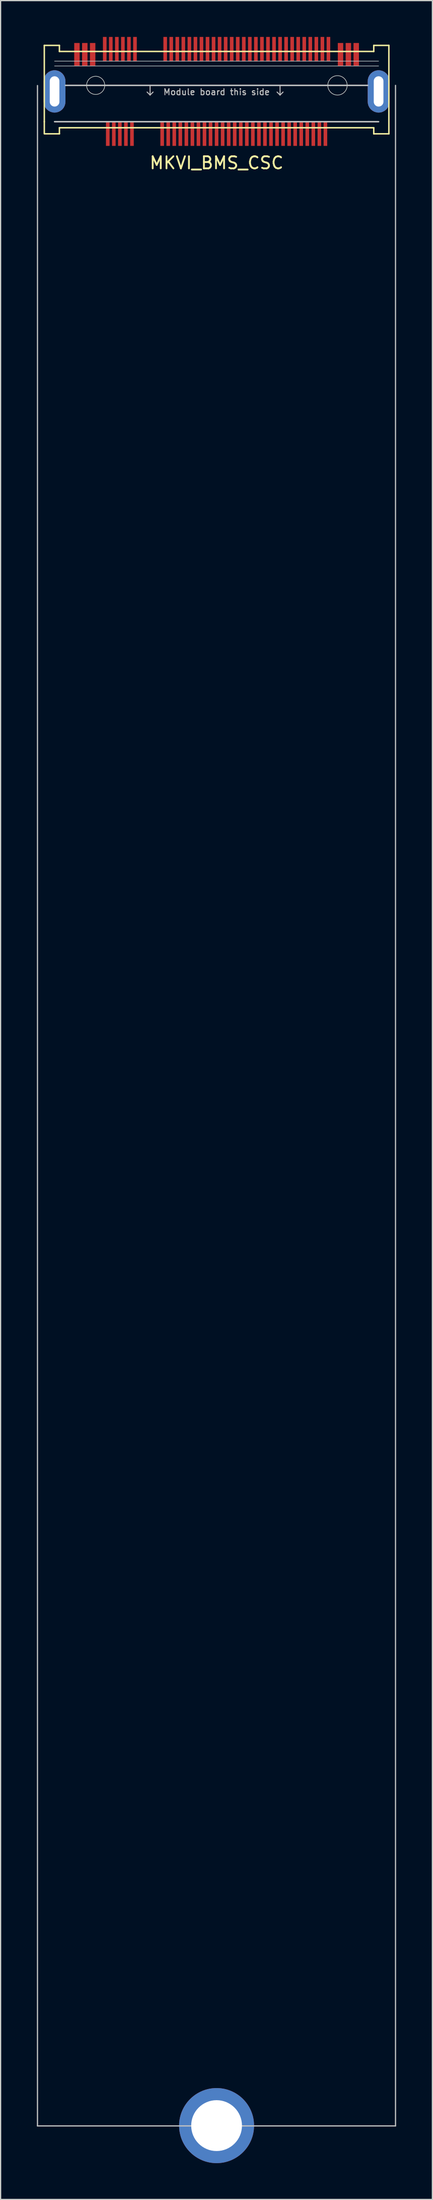
<source format=kicad_pcb>
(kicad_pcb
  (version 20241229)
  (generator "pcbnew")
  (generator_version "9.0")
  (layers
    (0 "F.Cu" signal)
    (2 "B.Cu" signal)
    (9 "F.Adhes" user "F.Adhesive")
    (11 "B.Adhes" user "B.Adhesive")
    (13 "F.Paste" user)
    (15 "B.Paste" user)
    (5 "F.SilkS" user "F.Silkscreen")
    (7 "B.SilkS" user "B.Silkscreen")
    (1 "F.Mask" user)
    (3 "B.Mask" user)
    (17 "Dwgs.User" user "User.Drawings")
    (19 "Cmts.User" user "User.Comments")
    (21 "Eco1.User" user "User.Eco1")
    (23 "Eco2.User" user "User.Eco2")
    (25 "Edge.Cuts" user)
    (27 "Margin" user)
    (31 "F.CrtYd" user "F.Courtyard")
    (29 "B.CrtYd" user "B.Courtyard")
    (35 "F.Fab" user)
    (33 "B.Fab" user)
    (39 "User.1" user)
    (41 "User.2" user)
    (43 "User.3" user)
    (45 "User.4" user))
  (footprint "MKVI_BMS_CSC"
    (layer "F.Cu")
    (at 14.864 4)
    (property "Reference" "MKVI_BMS_CSC" (at 0 6.4 0) (unlocked yes) (layer "F.SilkS") (effects (font (size 1 1) (thickness 0.15))))
    (attr through_hole)
    (fp_line (start -14.25 -3.3) (end -14.25 3) (stroke (width 0.12) (type solid)) (layer "F.SilkS"))
    (fp_line (start -14.25 3) (end -14.25 4) (stroke (width 0.12) (type solid)) (layer "F.SilkS"))
    (fp_line (start -14.2 4) (end -13 4) (stroke (width 0.12) (type solid)) (layer "F.SilkS"))
    (fp_line (start -13 -3.3) (end -14.25 -3.3) (stroke (width 0.12) (type solid)) (layer "F.SilkS"))
    (fp_line (start -13 -2.8) (end -13 -3.3) (stroke (width 0.12) (type solid)) (layer "F.SilkS"))
    (fp_line (start -13 3.5) (end 13 3.5) (stroke (width 0.12) (type solid)) (layer "F.SilkS"))
    (fp_line (start -13 4) (end -13 3.5) (stroke (width 0.12) (type solid)) (layer "F.SilkS"))
    (fp_line (start 13 -3.3) (end 13 -2.8) (stroke (width 0.12) (type solid)) (layer "F.SilkS"))
    (fp_line (start 13 -2.8) (end -13 -2.8) (stroke (width 0.12) (type solid)) (layer "F.SilkS"))
    (fp_line (start 13 3.5) (end 13 4) (stroke (width 0.12) (type solid)) (layer "F.SilkS"))
    (fp_line (start 13 4) (end 14.25 4) (stroke (width 0.12) (type solid)) (layer "F.SilkS"))
    (fp_line (start 14.25 -3.3) (end 13 -3.3) (stroke (width 0.12) (type solid)) (layer "F.SilkS"))
    (fp_line (start 14.25 4) (end 14.25 -3.3) (stroke (width 0.12) (type solid)) (layer "F.SilkS"))
    (fp_line (start -14.814 0.015) (end -14.814 168.526) (stroke (width 0.1) (type solid)) (layer "Dwgs.User"))
    (fp_line (start -14.814 168.526) (end 14.8 168.526) (stroke (width 0.1) (type solid)) (layer "Dwgs.User"))
    (fp_line (start -13.4 -2) (end 13.4 -2) (stroke (width 0.05) (type solid)) (layer "Dwgs.User"))
    (fp_line (start -13.4 -1.6) (end 13.4 -1.6) (stroke (width 0.05) (type solid)) (layer "Dwgs.User"))
    (fp_line (start -13.4 3) (end 13.4 3) (stroke (width 0.12) (type solid)) (layer "Dwgs.User"))
    (fp_line (start -12.5 0) (end 12.5 0) (stroke (width 0.12) (type solid)) (layer "Dwgs.User"))
    (fp_line (start -5.5 0) (end -5.5 0.8) (stroke (width 0.08) (type solid)) (layer "Dwgs.User"))
    (fp_line (start -5.5 0.8) (end -5.75 0.55) (stroke (width 0.08) (type solid)) (layer "Dwgs.User"))
    (fp_line (start -5.5 0.8) (end -5.25 0.55) (stroke (width 0.08) (type solid)) (layer "Dwgs.User"))
    (fp_line (start 5.25 0) (end 5.25 0.8) (stroke (width 0.08) (type solid)) (layer "Dwgs.User"))
    (fp_line (start 5.25 0.8) (end 5 0.55) (stroke (width 0.08) (type solid)) (layer "Dwgs.User"))
    (fp_line (start 5.25 0.8) (end 5.5 0.55) (stroke (width 0.08) (type solid)) (layer "Dwgs.User"))
    (fp_line (start 14.8 168.526) (end 14.8 0) (stroke (width 0.1) (type solid)) (layer "Dwgs.User"))
    (fp_circle (center -10 0) (end -9.25 0) (stroke (width 0.05) (type solid)) (fill no) (layer "Edge.Cuts"))
    (fp_circle (center 10 0) (end 10.8 0) (stroke (width 0.05) (type solid)) (fill no) (layer "Edge.Cuts"))
    (fp_text user "Module board this side" (at 0 0.55 0) (unlocked yes) (layer "Dwgs.User") (effects (font (size 0.5 0.5) (thickness 0.08))))
    (pad "1" thru_hole circle (at 0 168.5) (size 6.2 6.2) (drill 4.2) (layers "*.Cu" "F.Mask" "F.Paste"))
    (pad "4" smd rect (at -9.25 -3) (size 0.3 2) (layers "F.Cu" "F.Mask" "F.Paste"))
    (pad "5" smd rect (at -8.75 -3) (size 0.3 2) (layers "F.Cu" "F.Mask" "F.Paste"))
    (pad "6" smd rect (at -8.25 -3) (size 0.3 2) (layers "F.Cu" "F.Mask" "F.Paste"))
    (pad "7" smd rect (at -7.75 -3) (size 0.3 2) (layers "F.Cu" "F.Mask" "F.Paste"))
    (pad "8" smd rect (at -7.25 -3) (size 0.3 2) (layers "F.Cu" "F.Mask" "F.Paste"))
    (pad "9" smd rect (at -6.75 -3) (size 0.3 2) (layers "F.Cu" "F.Mask" "F.Paste"))
    (pad "10" smd rect (at -4.25 -3) (size 0.3 2) (layers "F.Cu" "F.Mask" "F.Paste"))
    (pad "11" smd rect (at -3.75 -3) (size 0.3 2) (layers "F.Cu" "F.Mask" "F.Paste"))
    (pad "12" smd rect (at -3.25 -3) (size 0.3 2) (layers "F.Cu" "F.Mask" "F.Paste"))
    (pad "13" smd rect (at -2.75 -3) (size 0.3 2) (layers "F.Cu" "F.Mask" "F.Paste"))
    (pad "14" smd rect (at -2.25 -3) (size 0.3 2) (layers "F.Cu" "F.Mask" "F.Paste"))
    (pad "15" smd rect (at -1.75 -3) (size 0.3 2) (layers "F.Cu" "F.Mask" "F.Paste"))
    (pad "16" smd rect (at -1.25 -3) (size 0.3 2) (layers "F.Cu" "F.Mask" "F.Paste"))
    (pad "17" smd rect (at -0.75 -3) (size 0.3 2) (layers "F.Cu" "F.Mask" "F.Paste"))
    (pad "18" smd rect (at -0.25 -3) (size 0.3 2) (layers "F.Cu" "F.Mask" "F.Paste"))
    (pad "19" smd rect (at 0.25 -3) (size 0.3 2) (layers "F.Cu" "F.Mask" "F.Paste"))
    (pad "20" smd rect (at 0.75 -3) (size 0.3 2) (layers "F.Cu" "F.Mask" "F.Paste"))
    (pad "21" smd rect (at 1.25 -3) (size 0.3 2) (layers "F.Cu" "F.Mask" "F.Paste"))
    (pad "22" smd rect (at 1.75 -3) (size 0.3 2) (layers "F.Cu" "F.Mask" "F.Paste"))
    (pad "23" smd rect (at 2.25 -3) (size 0.3 2) (layers "F.Cu" "F.Mask" "F.Paste"))
    (pad "24" smd rect (at 2.75 -3) (size 0.3 2) (layers "F.Cu" "F.Mask" "F.Paste"))
    (pad "25" smd rect (at 3.25 -3) (size 0.3 2) (layers "F.Cu" "F.Mask" "F.Paste"))
    (pad "26" smd rect (at 3.75 -3) (size 0.3 2) (layers "F.Cu" "F.Mask" "F.Paste"))
    (pad "27" smd rect (at 4.25 -3) (size 0.3 2) (layers "F.Cu" "F.Mask" "F.Paste"))
    (pad "28" smd rect (at 4.75 -3) (size 0.3 2) (layers "F.Cu" "F.Mask" "F.Paste"))
    (pad "29" smd rect (at 5.25 -3) (size 0.3 2) (layers "F.Cu" "F.Mask" "F.Paste"))
    (pad "30" smd rect (at 5.75 -3) (size 0.3 2) (layers "F.Cu" "F.Mask" "F.Paste"))
    (pad "31" smd rect (at 6.25 -3) (size 0.3 2) (layers "F.Cu" "F.Mask" "F.Paste"))
    (pad "32" smd rect (at 6.75 -3) (size 0.3 2) (layers "F.Cu" "F.Mask" "F.Paste"))
    (pad "33" smd rect (at 7.25 -3) (size 0.3 2) (layers "F.Cu" "F.Mask" "F.Paste"))
    (pad "34" smd rect (at 7.75 -3) (size 0.3 2) (layers "F.Cu" "F.Mask" "F.Paste"))
    (pad "35" smd rect (at 8.25 -3) (size 0.3 2) (layers "F.Cu" "F.Mask" "F.Paste"))
    (pad "36" smd rect (at 8.75 -3) (size 0.3 2) (layers "F.Cu" "F.Mask" "F.Paste"))
    (pad "37" smd rect (at 9.25 -3) (size 0.3 2) (layers "F.Cu" "F.Mask" "F.Paste"))
    (pad "41" smd rect (at -9 4) (size 0.3 2) (layers "F.Cu" "F.Mask" "F.Paste"))
    (pad "42" smd rect (at -8.5 4) (size 0.3 2) (layers "F.Cu" "F.Mask" "F.Paste"))
    (pad "43" smd rect (at -8 4) (size 0.3 2) (layers "F.Cu" "F.Mask" "F.Paste"))
    (pad "44" smd rect (at -7.5 4) (size 0.3 2) (layers "F.Cu" "F.Mask" "F.Paste"))
    (pad "45" smd rect (at -7 4) (size 0.3 2) (layers "F.Cu" "F.Mask" "F.Paste"))
    (pad "46" smd rect (at -4.5 4) (size 0.3 2) (layers "F.Cu" "F.Mask" "F.Paste"))
    (pad "47" smd rect (at -4 4) (size 0.3 2) (layers "F.Cu" "F.Mask" "F.Paste"))
    (pad "48" smd rect (at -3.5 4) (size 0.3 2) (layers "F.Cu" "F.Mask" "F.Paste"))
    (pad "49" smd rect (at -3 4) (size 0.3 2) (layers "F.Cu" "F.Mask" "F.Paste"))
    (pad "50" smd rect (at -2.5 4) (size 0.3 2) (layers "F.Cu" "F.Mask" "F.Paste"))
    (pad "51" smd rect (at -2 4) (size 0.3 2) (layers "F.Cu" "F.Mask" "F.Paste"))
    (pad "52" smd rect (at -1.5 4) (size 0.3 2) (layers "F.Cu" "F.Mask" "F.Paste"))
    (pad "53" smd rect (at -1 4) (size 0.3 2) (layers "F.Cu" "F.Mask" "F.Paste"))
    (pad "54" smd rect (at -0.5 4) (size 0.3 2) (layers "F.Cu" "F.Mask" "F.Paste"))
    (pad "55" smd rect (at 0 4) (size 0.3 2) (layers "F.Cu" "F.Mask" "F.Paste"))
    (pad "56" smd rect (at 0.5 4) (size 0.3 2) (layers "F.Cu" "F.Mask" "F.Paste"))
    (pad "57" smd rect (at 1 4) (size 0.3 2) (layers "F.Cu" "F.Mask" "F.Paste"))
    (pad "58" smd rect (at 1.5 4) (size 0.3 2) (layers "F.Cu" "F.Mask" "F.Paste"))
    (pad "59" smd rect (at 2 4) (size 0.3 2) (layers "F.Cu" "F.Mask" "F.Paste"))
    (pad "60" smd rect (at 2.5 4) (size 0.3 2) (layers "F.Cu" "F.Mask" "F.Paste"))
    (pad "61" smd rect (at 3 4) (size 0.3 2) (layers "F.Cu" "F.Mask" "F.Paste"))
    (pad "62" smd rect (at 3.5 4) (size 0.3 2) (layers "F.Cu" "F.Mask" "F.Paste"))
    (pad "63" smd rect (at 4 4) (size 0.3 2) (layers "F.Cu" "F.Mask" "F.Paste"))
    (pad "64" smd rect (at 4.5 4) (size 0.3 2) (layers "F.Cu" "F.Mask" "F.Paste"))
    (pad "65" smd rect (at 5 4) (size 0.3 2) (layers "F.Cu" "F.Mask" "F.Paste"))
    (pad "66" smd rect (at 5.5 4) (size 0.3 2) (layers "F.Cu" "F.Mask" "F.Paste"))
    (pad "67" smd rect (at 6 4) (size 0.3 2) (layers "F.Cu" "F.Mask" "F.Paste"))
    (pad "68" smd rect (at 6.5 4) (size 0.3 2) (layers "F.Cu" "F.Mask" "F.Paste"))
    (pad "69" smd rect (at 7 4) (size 0.3 2) (layers "F.Cu" "F.Mask" "F.Paste"))
    (pad "70" smd rect (at 7.5 4) (size 0.3 2) (layers "F.Cu" "F.Mask" "F.Paste"))
    (pad "71" smd rect (at 8 4) (size 0.3 2) (layers "F.Cu" "F.Mask" "F.Paste"))
    (pad "72" smd rect (at 8.5 4) (size 0.3 2) (layers "F.Cu" "F.Mask" "F.Paste"))
    (pad "73" smd rect (at 9 4) (size 0.3 2) (layers "F.Cu" "F.Mask" "F.Paste"))
    (pad "75" thru_hole roundrect (at -13.4 0.5) (size 1.8 3.5) (drill oval 0.8 2.5) (layers "*.Cu" "*.Mask") (roundrect_rratio 0.5))
    (pad "76" thru_hole roundrect (at 13.4 0.5) (size 1.8 3.5) (drill oval 0.8 2.5) (layers "*.Cu" "*.Mask") (roundrect_rratio 0.5))
    (pad "P1" smd rect (at -11.55 -2.55) (size 0.45 1.9) (layers "F.Cu" "F.Mask" "F.Paste"))
    (pad "P2" smd rect (at -10.9 -2.55) (size 0.45 1.9) (layers "F.Cu" "F.Mask" "F.Paste"))
    (pad "P3" smd rect (at -10.25 -2.55) (size 0.45 1.9) (layers "F.Cu" "F.Mask" "F.Paste"))
    (pad "P38" smd rect (at 10.25 -2.55) (size 0.45 1.9) (layers "F.Cu" "F.Mask" "F.Paste"))
    (pad "P39" smd rect (at 10.9 -2.55) (size 0.45 1.9) (layers "F.Cu" "F.Mask" "F.Paste"))
    (pad "P40" smd rect (at 11.55 -2.55) (size 0.45 1.9) (layers "F.Cu" "F.Mask" "F.Paste"))
    (zone (net_name "") (layers "F.Cu" "Dwgs.User") (hatch edge 0.508) (connect_pads) (min_thickness 0.254) (filled_areas_thickness no) (keepout (tracks allowed) (vias allowed) (pads allowed) (copperpour allowed) (footprints not_allowed)) (placement (enabled no)) (fill) (polygon (pts (xy 1.864 1.2) (xy 27.864 1.2) (xy 27.864 0.7) (xy 29.114 0.7) (xy 29.114 8) (xy 27.864 8) (xy 27.864 7.5) (xy 1.864 7.5) (xy 1.864 8) (xy 0.614 8) (xy 0.614 0.7) (xy 1.864 0.7)))))
  (gr_rect
    (start -3 -3)
    (end 32.714 178.6)
    (stroke (width 0.1) (type default))
    (fill no)
    (layer "Edge.Cuts")))
</source>
